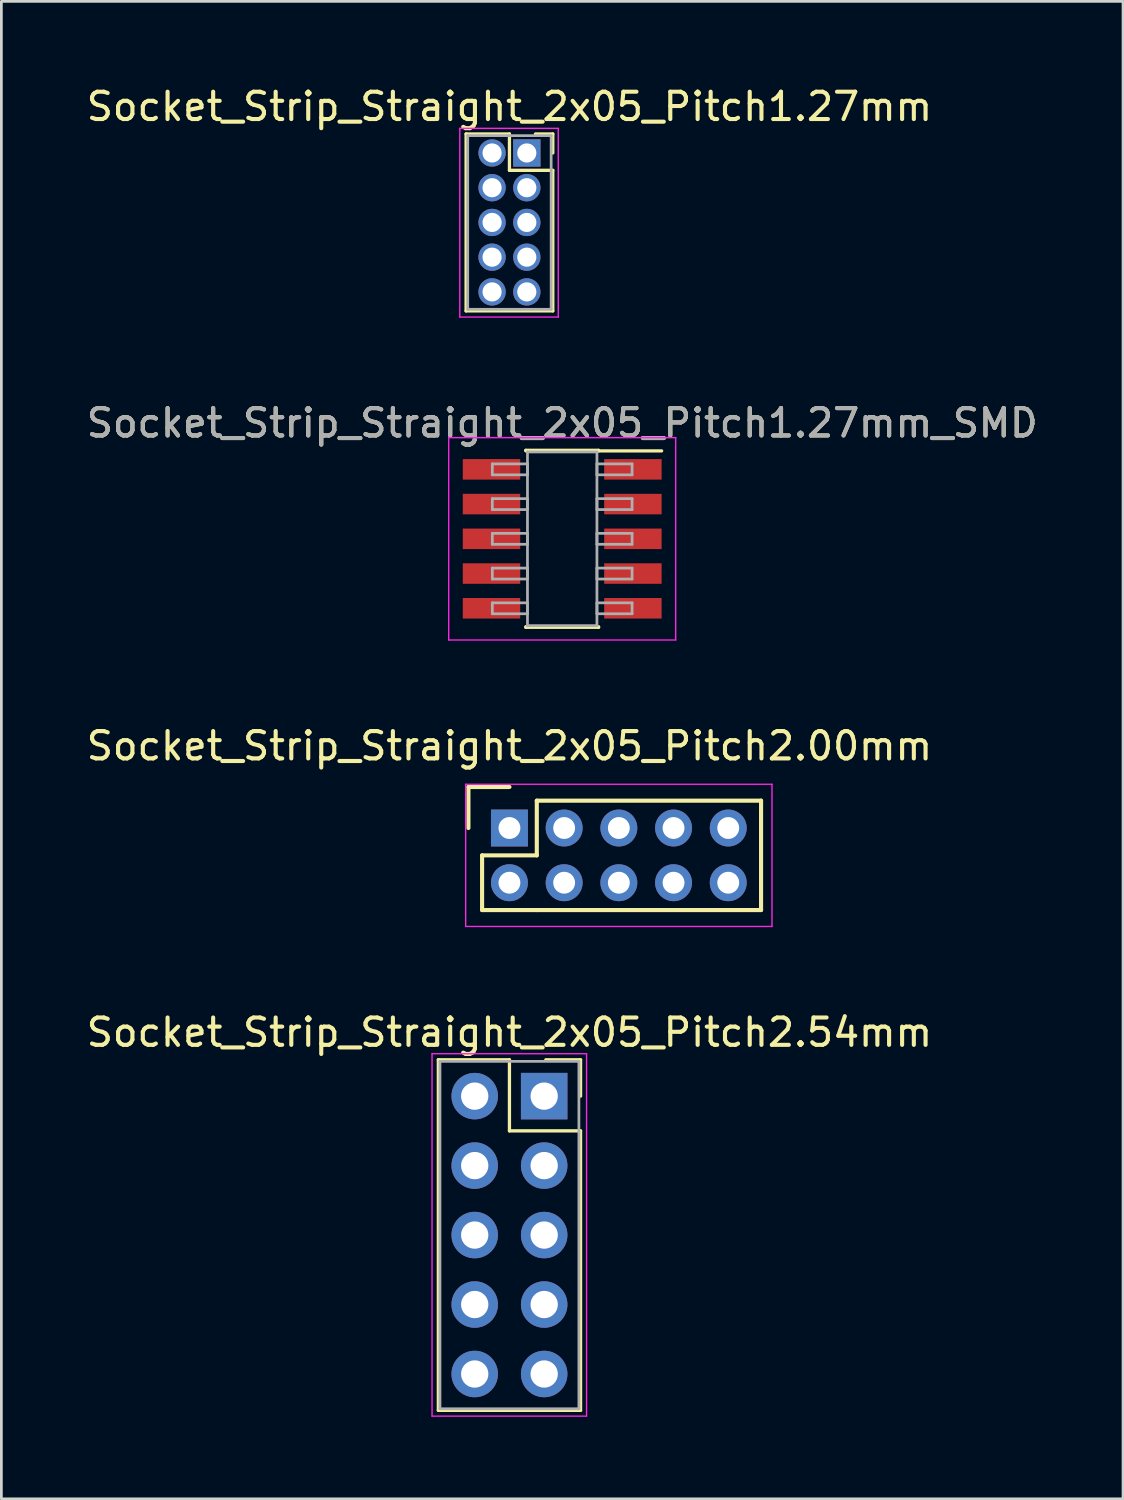
<source format=kicad_pcb>
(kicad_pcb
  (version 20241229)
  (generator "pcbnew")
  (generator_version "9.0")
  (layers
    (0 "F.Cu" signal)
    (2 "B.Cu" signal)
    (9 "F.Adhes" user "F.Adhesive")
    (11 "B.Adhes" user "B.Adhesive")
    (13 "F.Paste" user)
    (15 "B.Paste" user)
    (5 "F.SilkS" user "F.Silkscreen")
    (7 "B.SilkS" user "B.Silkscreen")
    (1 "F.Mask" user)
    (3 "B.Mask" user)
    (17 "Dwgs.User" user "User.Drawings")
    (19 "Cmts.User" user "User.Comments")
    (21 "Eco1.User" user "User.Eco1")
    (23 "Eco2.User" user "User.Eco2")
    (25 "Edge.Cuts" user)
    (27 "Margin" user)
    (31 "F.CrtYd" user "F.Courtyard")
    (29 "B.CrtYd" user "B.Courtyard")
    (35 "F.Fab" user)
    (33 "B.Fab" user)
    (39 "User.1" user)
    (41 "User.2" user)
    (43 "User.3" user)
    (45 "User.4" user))
  (footprint "Socket_Strip_Straight_2x05_Pitch2.00mm"
    (layer "F.Cu")
    (at 15.577 27.225)
    (property "Reference" "Socket_Strip_Straight_2x05_Pitch2.00mm" (at 0 -3 0) (layer "F.SilkS") (effects (font (size 1 1) (thickness 0.15))))
    (attr through_hole)
    (fp_line (start -1.5 -1.5) (end -1.5 0) (stroke (width 0.15) (type solid)) (layer "F.SilkS"))
    (fp_line (start -1 1) (end -1 3) (stroke (width 0.15) (type solid)) (layer "F.SilkS"))
    (fp_line (start -1 3) (end 1 3) (stroke (width 0.15) (type solid)) (layer "F.SilkS"))
    (fp_line (start 0 -1.5) (end -1.5 -1.5) (stroke (width 0.15) (type solid)) (layer "F.SilkS"))
    (fp_line (start 1 -1) (end 1 1) (stroke (width 0.15) (type solid)) (layer "F.SilkS"))
    (fp_line (start 1 1) (end -1 1) (stroke (width 0.15) (type solid)) (layer "F.SilkS"))
    (fp_line (start 1 3) (end 9.2 3) (stroke (width 0.15) (type solid)) (layer "F.SilkS"))
    (fp_line (start 9.2 -1) (end 1 -1) (stroke (width 0.15) (type solid)) (layer "F.SilkS"))
    (fp_line (start 9.2 3) (end 9.2 -1) (stroke (width 0.15) (type solid)) (layer "F.SilkS"))
    (fp_line (start -1.6 -1.6) (end -1.6 3.6) (stroke (width 0.05) (type solid)) (layer "F.CrtYd"))
    (fp_line (start -1.6 3.6) (end 9.6 3.6) (stroke (width 0.05) (type solid)) (layer "F.CrtYd"))
    (fp_line (start 9.6 -1.6) (end -1.6 -1.6) (stroke (width 0.05) (type solid)) (layer "F.CrtYd"))
    (fp_line (start 9.6 3.6) (end 9.6 -1.6) (stroke (width 0.05) (type solid)) (layer "F.CrtYd"))
    (pad "1" thru_hole rect (at 0 0) (size 1.35 1.35) (drill 0.8) (layers "*.Cu" "*.Mask"))
    (pad "2" thru_hole circle (at 0 2) (size 1.35 1.35) (drill 0.8) (layers "*.Cu" "*.Mask"))
    (pad "3" thru_hole circle (at 2 0) (size 1.35 1.35) (drill 0.8) (layers "*.Cu" "*.Mask"))
    (pad "4" thru_hole circle (at 2 2) (size 1.35 1.35) (drill 0.8) (layers "*.Cu" "*.Mask"))
    (pad "5" thru_hole circle (at 4 0) (size 1.35 1.35) (drill 0.8) (layers "*.Cu" "*.Mask"))
    (pad "6" thru_hole circle (at 4 2) (size 1.35 1.35) (drill 0.8) (layers "*.Cu" "*.Mask"))
    (pad "7" thru_hole circle (at 6 0) (size 1.35 1.35) (drill 0.8) (layers "*.Cu" "*.Mask"))
    (pad "8" thru_hole circle (at 6 2) (size 1.35 1.35) (drill 0.8) (layers "*.Cu" "*.Mask"))
    (pad "9" thru_hole circle (at 8 0) (size 1.35 1.35) (drill 0.8) (layers "*.Cu" "*.Mask"))
    (pad "10" thru_hole circle (at 8 2) (size 1.35 1.35) (drill 0.8) (layers "*.Cu" "*.Mask")))
  (footprint "Socket_Strip_Straight_2x05_Pitch1.27mm_SMD"
    (layer "F.Cu")
    (at 17.506 16.651)
    (property "Reference" "Socket_Strip_Straight_2x05_Pitch1.27mm_SMD" (at 0 -4.235 0) (layer "F.SilkS") (effects (font (size 1 1) (thickness 0.15))))
    (attr smd)
    (fp_line (start -1.33 -3.235) (end 1.33 -3.235) (stroke (width 0.12) (type solid)) (layer "F.SilkS"))
    (fp_line (start -1.33 -3.215) (end -1.33 -3.235) (stroke (width 0.12) (type solid)) (layer "F.SilkS"))
    (fp_line (start -1.33 3.215) (end -1.33 3.235) (stroke (width 0.12) (type solid)) (layer "F.SilkS"))
    (fp_line (start -1.33 3.235) (end 1.33 3.235) (stroke (width 0.12) (type solid)) (layer "F.SilkS"))
    (fp_line (start 1.33 -3.235) (end 1.33 -3.215) (stroke (width 0.12) (type solid)) (layer "F.SilkS"))
    (fp_line (start 1.33 3.235) (end 1.33 3.215) (stroke (width 0.12) (type solid)) (layer "F.SilkS"))
    (fp_line (start 3.635 -3.215) (end 1.33 -3.215) (stroke (width 0.12) (type solid)) (layer "F.SilkS"))
    (fp_line (start -4.15 -3.7) (end -4.15 3.7) (stroke (width 0.05) (type solid)) (layer "F.CrtYd"))
    (fp_line (start -4.15 3.7) (end 4.15 3.7) (stroke (width 0.05) (type solid)) (layer "F.CrtYd"))
    (fp_line (start 4.15 -3.7) (end -4.15 -3.7) (stroke (width 0.05) (type solid)) (layer "F.CrtYd"))
    (fp_line (start 4.15 3.7) (end 4.15 -3.7) (stroke (width 0.05) (type solid)) (layer "F.CrtYd"))
    (fp_line (start -2.555 -2.74) (end -1.27 -2.74) (stroke (width 0.1) (type solid)) (layer "F.Fab"))
    (fp_line (start -2.555 -2.34) (end -2.555 -2.74) (stroke (width 0.1) (type solid)) (layer "F.Fab"))
    (fp_line (start -2.555 -1.47) (end -1.27 -1.47) (stroke (width 0.1) (type solid)) (layer "F.Fab"))
    (fp_line (start -2.555 -1.07) (end -2.555 -1.47) (stroke (width 0.1) (type solid)) (layer "F.Fab"))
    (fp_line (start -2.555 -0.2) (end -1.27 -0.2) (stroke (width 0.1) (type solid)) (layer "F.Fab"))
    (fp_line (start -2.555 0.2) (end -2.555 -0.2) (stroke (width 0.1) (type solid)) (layer "F.Fab"))
    (fp_line (start -2.555 1.07) (end -1.27 1.07) (stroke (width 0.1) (type solid)) (layer "F.Fab"))
    (fp_line (start -2.555 1.47) (end -2.555 1.07) (stroke (width 0.1) (type solid)) (layer "F.Fab"))
    (fp_line (start -2.555 2.34) (end -1.27 2.34) (stroke (width 0.1) (type solid)) (layer "F.Fab"))
    (fp_line (start -2.555 2.74) (end -2.555 2.34) (stroke (width 0.1) (type solid)) (layer "F.Fab"))
    (fp_line (start -1.27 -3.175) (end -1.27 3.175) (stroke (width 0.1) (type solid)) (layer "F.Fab"))
    (fp_line (start -1.27 -2.74) (end -1.27 -2.34) (stroke (width 0.1) (type solid)) (layer "F.Fab"))
    (fp_line (start -1.27 -2.34) (end -2.555 -2.34) (stroke (width 0.1) (type solid)) (layer "F.Fab"))
    (fp_line (start -1.27 -1.47) (end -1.27 -1.07) (stroke (width 0.1) (type solid)) (layer "F.Fab"))
    (fp_line (start -1.27 -1.07) (end -2.555 -1.07) (stroke (width 0.1) (type solid)) (layer "F.Fab"))
    (fp_line (start -1.27 -0.2) (end -1.27 0.2) (stroke (width 0.1) (type solid)) (layer "F.Fab"))
    (fp_line (start -1.27 0.2) (end -2.555 0.2) (stroke (width 0.1) (type solid)) (layer "F.Fab"))
    (fp_line (start -1.27 1.07) (end -1.27 1.47) (stroke (width 0.1) (type solid)) (layer "F.Fab"))
    (fp_line (start -1.27 1.47) (end -2.555 1.47) (stroke (width 0.1) (type solid)) (layer "F.Fab"))
    (fp_line (start -1.27 2.34) (end -1.27 2.74) (stroke (width 0.1) (type solid)) (layer "F.Fab"))
    (fp_line (start -1.27 2.74) (end -2.555 2.74) (stroke (width 0.1) (type solid)) (layer "F.Fab"))
    (fp_line (start -1.27 3.175) (end 1.27 3.175) (stroke (width 0.1) (type solid)) (layer "F.Fab"))
    (fp_line (start 1.27 -3.175) (end -1.27 -3.175) (stroke (width 0.1) (type solid)) (layer "F.Fab"))
    (fp_line (start 1.27 -2.74) (end 1.27 -2.34) (stroke (width 0.1) (type solid)) (layer "F.Fab"))
    (fp_line (start 1.27 -2.34) (end 2.555 -2.34) (stroke (width 0.1) (type solid)) (layer "F.Fab"))
    (fp_line (start 1.27 -1.47) (end 1.27 -1.07) (stroke (width 0.1) (type solid)) (layer "F.Fab"))
    (fp_line (start 1.27 -1.07) (end 2.555 -1.07) (stroke (width 0.1) (type solid)) (layer "F.Fab"))
    (fp_line (start 1.27 -0.2) (end 1.27 0.2) (stroke (width 0.1) (type solid)) (layer "F.Fab"))
    (fp_line (start 1.27 0.2) (end 2.555 0.2) (stroke (width 0.1) (type solid)) (layer "F.Fab"))
    (fp_line (start 1.27 1.07) (end 1.27 1.47) (stroke (width 0.1) (type solid)) (layer "F.Fab"))
    (fp_line (start 1.27 1.47) (end 2.555 1.47) (stroke (width 0.1) (type solid)) (layer "F.Fab"))
    (fp_line (start 1.27 2.34) (end 1.27 2.74) (stroke (width 0.1) (type solid)) (layer "F.Fab"))
    (fp_line (start 1.27 2.74) (end 2.555 2.74) (stroke (width 0.1) (type solid)) (layer "F.Fab"))
    (fp_line (start 1.27 3.175) (end 1.27 -3.175) (stroke (width 0.1) (type solid)) (layer "F.Fab"))
    (fp_line (start 2.555 -2.74) (end 1.27 -2.74) (stroke (width 0.1) (type solid)) (layer "F.Fab"))
    (fp_line (start 2.555 -2.34) (end 2.555 -2.74) (stroke (width 0.1) (type solid)) (layer "F.Fab"))
    (fp_line (start 2.555 -1.47) (end 1.27 -1.47) (stroke (width 0.1) (type solid)) (layer "F.Fab"))
    (fp_line (start 2.555 -1.07) (end 2.555 -1.47) (stroke (width 0.1) (type solid)) (layer "F.Fab"))
    (fp_line (start 2.555 -0.2) (end 1.27 -0.2) (stroke (width 0.1) (type solid)) (layer "F.Fab"))
    (fp_line (start 2.555 0.2) (end 2.555 -0.2) (stroke (width 0.1) (type solid)) (layer "F.Fab"))
    (fp_line (start 2.555 1.07) (end 1.27 1.07) (stroke (width 0.1) (type solid)) (layer "F.Fab"))
    (fp_line (start 2.555 1.47) (end 2.555 1.07) (stroke (width 0.1) (type solid)) (layer "F.Fab"))
    (fp_line (start 2.555 2.34) (end 1.27 2.34) (stroke (width 0.1) (type solid)) (layer "F.Fab"))
    (fp_line (start 2.555 2.74) (end 2.555 2.34) (stroke (width 0.1) (type solid)) (layer "F.Fab"))
    (fp_text user "${REFERENCE}" (at 0 -4.235 0) (layer "F.Fab") (effects (font (size 1 1) (thickness 0.15))))
    (pad "1" smd rect (at 2.585 -2.54) (size 2.1 0.75) (layers "F.Cu" "F.Mask" "F.Paste"))
    (pad "2" smd rect (at -2.585 -2.54) (size 2.1 0.75) (layers "F.Cu" "F.Mask" "F.Paste"))
    (pad "3" smd rect (at 2.585 -1.27) (size 2.1 0.75) (layers "F.Cu" "F.Mask" "F.Paste"))
    (pad "4" smd rect (at -2.585 -1.27) (size 2.1 0.75) (layers "F.Cu" "F.Mask" "F.Paste"))
    (pad "5" smd rect (at 2.585 0) (size 2.1 0.75) (layers "F.Cu" "F.Mask" "F.Paste"))
    (pad "6" smd rect (at -2.585 0) (size 2.1 0.75) (layers "F.Cu" "F.Mask" "F.Paste"))
    (pad "7" smd rect (at 2.585 1.27) (size 2.1 0.75) (layers "F.Cu" "F.Mask" "F.Paste"))
    (pad "8" smd rect (at -2.585 1.27) (size 2.1 0.75) (layers "F.Cu" "F.Mask" "F.Paste"))
    (pad "9" smd rect (at 2.585 2.54) (size 2.1 0.75) (layers "F.Cu" "F.Mask" "F.Paste"))
    (pad "10" smd rect (at -2.585 2.54) (size 2.1 0.75) (layers "F.Cu" "F.Mask" "F.Paste")))
  (footprint "Socket_Strip_Straight_2x05_Pitch1.27mm"
    (layer "F.Cu")
    (at 16.212 2.543)
    (property "Reference" "Socket_Strip_Straight_2x05_Pitch1.27mm" (at -0.635 -1.695 0) (layer "F.SilkS") (effects (font (size 1 1) (thickness 0.15))))
    (attr through_hole)
    (fp_line (start -2.22 -0.695) (end -0.635 -0.695) (stroke (width 0.12) (type solid)) (layer "F.SilkS"))
    (fp_line (start -2.22 5.775) (end -2.22 -0.695) (stroke (width 0.12) (type solid)) (layer "F.SilkS"))
    (fp_line (start -0.635 -0.695) (end -0.635 0.635) (stroke (width 0.12) (type solid)) (layer "F.SilkS"))
    (fp_line (start -0.635 0.635) (end 0.95 0.635) (stroke (width 0.12) (type solid)) (layer "F.SilkS"))
    (fp_line (start 0.95 -0.695) (end 0.315 -0.695) (stroke (width 0.12) (type solid)) (layer "F.SilkS"))
    (fp_line (start 0.95 0) (end 0.95 -0.695) (stroke (width 0.12) (type solid)) (layer "F.SilkS"))
    (fp_line (start 0.95 0.635) (end 0.95 5.775) (stroke (width 0.12) (type solid)) (layer "F.SilkS"))
    (fp_line (start 0.95 5.775) (end -2.22 5.775) (stroke (width 0.12) (type solid)) (layer "F.SilkS"))
    (fp_line (start -2.45 -0.9) (end -2.45 6) (stroke (width 0.05) (type solid)) (layer "F.CrtYd"))
    (fp_line (start -2.45 6) (end 1.15 6) (stroke (width 0.05) (type solid)) (layer "F.CrtYd"))
    (fp_line (start 1.15 -0.9) (end -2.45 -0.9) (stroke (width 0.05) (type solid)) (layer "F.CrtYd"))
    (fp_line (start 1.15 6) (end 1.15 -0.9) (stroke (width 0.05) (type solid)) (layer "F.CrtYd"))
    (fp_line (start -2.16 -0.635) (end -2.16 5.715) (stroke (width 0.1) (type solid)) (layer "F.Fab"))
    (fp_line (start -2.16 5.715) (end 0.89 5.715) (stroke (width 0.1) (type solid)) (layer "F.Fab"))
    (fp_line (start 0.89 -0.635) (end -2.16 -0.635) (stroke (width 0.1) (type solid)) (layer "F.Fab"))
    (fp_line (start 0.89 5.715) (end 0.89 -0.635) (stroke (width 0.1) (type solid)) (layer "F.Fab"))
    (pad "1" thru_hole rect (at 0 0) (size 1 1) (drill 0.7) (layers "*.Cu" "*.Mask"))
    (pad "2" thru_hole oval (at -1.27 0) (size 1 1) (drill 0.7) (layers "*.Cu" "*.Mask"))
    (pad "3" thru_hole oval (at 0 1.27) (size 1 1) (drill 0.7) (layers "*.Cu" "*.Mask"))
    (pad "4" thru_hole oval (at -1.27 1.27) (size 1 1) (drill 0.7) (layers "*.Cu" "*.Mask"))
    (pad "5" thru_hole oval (at 0 2.54) (size 1 1) (drill 0.7) (layers "*.Cu" "*.Mask"))
    (pad "6" thru_hole oval (at -1.27 2.54) (size 1 1) (drill 0.7) (layers "*.Cu" "*.Mask"))
    (pad "7" thru_hole oval (at 0 3.81) (size 1 1) (drill 0.7) (layers "*.Cu" "*.Mask"))
    (pad "8" thru_hole oval (at -1.27 3.81) (size 1 1) (drill 0.7) (layers "*.Cu" "*.Mask"))
    (pad "9" thru_hole oval (at 0 5.08) (size 1 1) (drill 0.7) (layers "*.Cu" "*.Mask"))
    (pad "10" thru_hole oval (at -1.27 5.08) (size 1 1) (drill 0.7) (layers "*.Cu" "*.Mask")))
  (footprint "Socket_Strip_Straight_2x05_Pitch2.54mm"
    (layer "F.Cu")
    (at 16.847 37.028)
    (property "Reference" "Socket_Strip_Straight_2x05_Pitch2.54mm" (at -1.27 -2.33 0) (layer "F.SilkS") (effects (font (size 1 1) (thickness 0.15))))
    (attr through_hole)
    (fp_line (start -3.87 -1.33) (end -1.27 -1.33) (stroke (width 0.12) (type solid)) (layer "F.SilkS"))
    (fp_line (start -3.87 11.49) (end -3.87 -1.33) (stroke (width 0.12) (type solid)) (layer "F.SilkS"))
    (fp_line (start -1.27 -1.33) (end -1.27 1.27) (stroke (width 0.12) (type solid)) (layer "F.SilkS"))
    (fp_line (start -1.27 1.27) (end 1.33 1.27) (stroke (width 0.12) (type solid)) (layer "F.SilkS"))
    (fp_line (start 1.33 -1.33) (end 0.06 -1.33) (stroke (width 0.12) (type solid)) (layer "F.SilkS"))
    (fp_line (start 1.33 0) (end 1.33 -1.33) (stroke (width 0.12) (type solid)) (layer "F.SilkS"))
    (fp_line (start 1.33 1.27) (end 1.33 11.49) (stroke (width 0.12) (type solid)) (layer "F.SilkS"))
    (fp_line (start 1.33 11.49) (end -3.87 11.49) (stroke (width 0.12) (type solid)) (layer "F.SilkS"))
    (fp_line (start -4.1 -1.55) (end -4.1 11.7) (stroke (width 0.05) (type solid)) (layer "F.CrtYd"))
    (fp_line (start -4.1 11.7) (end 1.55 11.7) (stroke (width 0.05) (type solid)) (layer "F.CrtYd"))
    (fp_line (start 1.55 -1.55) (end -4.1 -1.55) (stroke (width 0.05) (type solid)) (layer "F.CrtYd"))
    (fp_line (start 1.55 11.7) (end 1.55 -1.55) (stroke (width 0.05) (type solid)) (layer "F.CrtYd"))
    (fp_line (start -3.81 -1.27) (end -3.81 11.43) (stroke (width 0.1) (type solid)) (layer "F.Fab"))
    (fp_line (start -3.81 11.43) (end 1.27 11.43) (stroke (width 0.1) (type solid)) (layer "F.Fab"))
    (fp_line (start 1.27 -1.27) (end -3.81 -1.27) (stroke (width 0.1) (type solid)) (layer "F.Fab"))
    (fp_line (start 1.27 11.43) (end 1.27 -1.27) (stroke (width 0.1) (type solid)) (layer "F.Fab"))
    (pad "1" thru_hole rect (at 0 0) (size 1.7 1.7) (drill 1) (layers "*.Cu" "*.Mask"))
    (pad "2" thru_hole oval (at -2.54 0) (size 1.7 1.7) (drill 1) (layers "*.Cu" "*.Mask"))
    (pad "3" thru_hole oval (at 0 2.54) (size 1.7 1.7) (drill 1) (layers "*.Cu" "*.Mask"))
    (pad "4" thru_hole oval (at -2.54 2.54) (size 1.7 1.7) (drill 1) (layers "*.Cu" "*.Mask"))
    (pad "5" thru_hole oval (at 0 5.08) (size 1.7 1.7) (drill 1) (layers "*.Cu" "*.Mask"))
    (pad "6" thru_hole oval (at -2.54 5.08) (size 1.7 1.7) (drill 1) (layers "*.Cu" "*.Mask"))
    (pad "7" thru_hole oval (at 0 7.62) (size 1.7 1.7) (drill 1) (layers "*.Cu" "*.Mask"))
    (pad "8" thru_hole oval (at -2.54 7.62) (size 1.7 1.7) (drill 1) (layers "*.Cu" "*.Mask"))
    (pad "9" thru_hole oval (at 0 10.16) (size 1.7 1.7) (drill 1) (layers "*.Cu" "*.Mask"))
    (pad "10" thru_hole oval (at -2.54 10.16) (size 1.7 1.7) (drill 1) (layers "*.Cu" "*.Mask")))
  (gr_rect
    (start -3 -3)
    (end 38.012 51.753)
    (stroke (width 0.1) (type default))
    (fill no)
    (layer "Edge.Cuts")))
</source>
